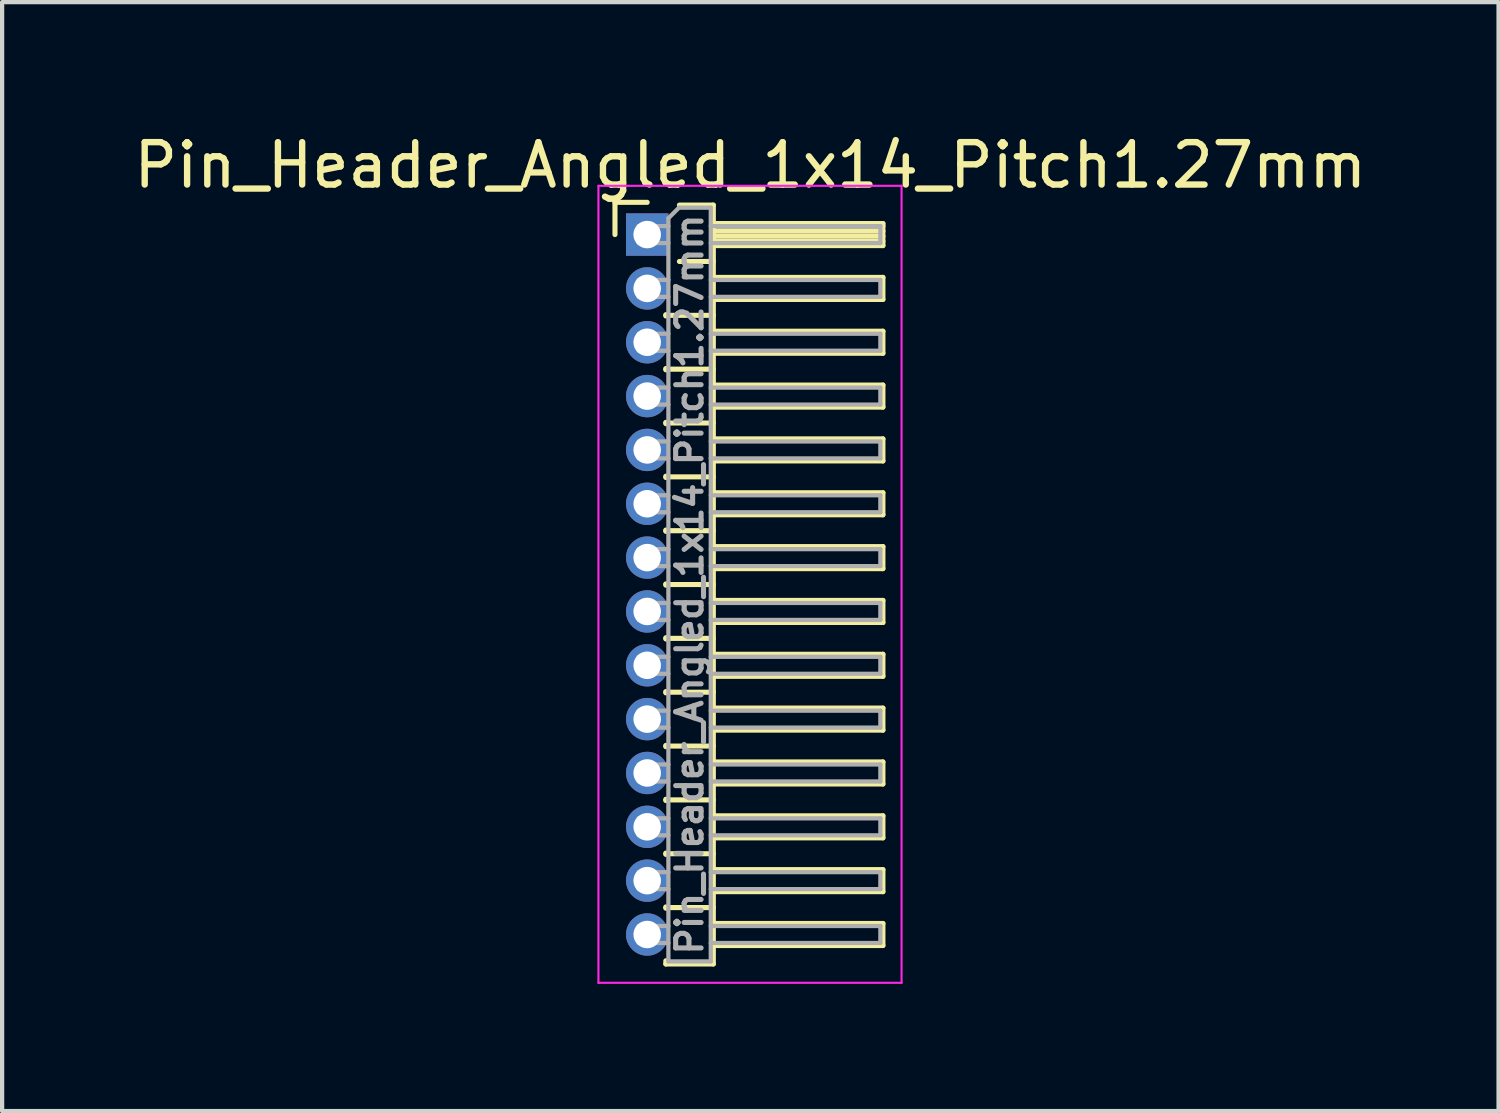
<source format=kicad_pcb>
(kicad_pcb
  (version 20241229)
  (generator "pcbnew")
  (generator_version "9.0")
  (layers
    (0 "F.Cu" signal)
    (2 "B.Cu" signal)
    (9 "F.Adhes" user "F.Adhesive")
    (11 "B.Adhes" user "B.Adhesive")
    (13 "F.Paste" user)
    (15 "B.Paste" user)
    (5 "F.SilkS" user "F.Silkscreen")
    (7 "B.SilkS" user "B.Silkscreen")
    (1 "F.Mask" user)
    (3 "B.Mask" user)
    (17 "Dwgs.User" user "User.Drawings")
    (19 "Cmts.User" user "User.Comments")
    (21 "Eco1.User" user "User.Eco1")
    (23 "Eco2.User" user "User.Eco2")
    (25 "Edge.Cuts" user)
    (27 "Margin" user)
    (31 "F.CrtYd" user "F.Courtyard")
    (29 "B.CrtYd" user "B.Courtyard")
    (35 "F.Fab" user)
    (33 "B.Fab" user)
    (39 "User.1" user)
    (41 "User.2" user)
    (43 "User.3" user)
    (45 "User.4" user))
  (footprint "Pin_Header_Angled_1x14_Pitch1.27mm"
    (layer "F.Cu")
    (at 12.216 2.483)
    (property "Reference" "Pin_Header_Angled_1x14_Pitch1.27mm" (at 2.433 -1.635 0) (layer "F.SilkS") (effects (font (size 1 1) (thickness 0.15))))
    (attr through_hole)
    (fp_line (start -0.76 -0.76) (end 0 -0.76) (stroke (width 0.12) (type solid)) (layer "F.SilkS"))
    (fp_line (start -0.76 0) (end -0.76 -0.76) (stroke (width 0.12) (type solid)) (layer "F.SilkS"))
    (fp_line (start 0.44 1.89) (end 0.44 1.92) (stroke (width 0.12) (type solid)) (layer "F.SilkS"))
    (fp_line (start 0.44 1.905) (end 1.56 1.905) (stroke (width 0.12) (type solid)) (layer "F.SilkS"))
    (fp_line (start 0.44 3.16) (end 0.44 3.19) (stroke (width 0.12) (type solid)) (layer "F.SilkS"))
    (fp_line (start 0.44 3.175) (end 1.56 3.175) (stroke (width 0.12) (type solid)) (layer "F.SilkS"))
    (fp_line (start 0.44 4.43) (end 0.44 4.46) (stroke (width 0.12) (type solid)) (layer "F.SilkS"))
    (fp_line (start 0.44 4.445) (end 1.56 4.445) (stroke (width 0.12) (type solid)) (layer "F.SilkS"))
    (fp_line (start 0.44 5.7) (end 0.44 5.73) (stroke (width 0.12) (type solid)) (layer "F.SilkS"))
    (fp_line (start 0.44 5.715) (end 1.56 5.715) (stroke (width 0.12) (type solid)) (layer "F.SilkS"))
    (fp_line (start 0.44 6.97) (end 0.44 7) (stroke (width 0.12) (type solid)) (layer "F.SilkS"))
    (fp_line (start 0.44 6.985) (end 1.56 6.985) (stroke (width 0.12) (type solid)) (layer "F.SilkS"))
    (fp_line (start 0.44 8.24) (end 0.44 8.27) (stroke (width 0.12) (type solid)) (layer "F.SilkS"))
    (fp_line (start 0.44 8.255) (end 1.56 8.255) (stroke (width 0.12) (type solid)) (layer "F.SilkS"))
    (fp_line (start 0.44 9.51) (end 0.44 9.54) (stroke (width 0.12) (type solid)) (layer "F.SilkS"))
    (fp_line (start 0.44 9.525) (end 1.56 9.525) (stroke (width 0.12) (type solid)) (layer "F.SilkS"))
    (fp_line (start 0.44 10.78) (end 0.44 10.81) (stroke (width 0.12) (type solid)) (layer "F.SilkS"))
    (fp_line (start 0.44 10.795) (end 1.56 10.795) (stroke (width 0.12) (type solid)) (layer "F.SilkS"))
    (fp_line (start 0.44 12.05) (end 0.44 12.08) (stroke (width 0.12) (type solid)) (layer "F.SilkS"))
    (fp_line (start 0.44 12.065) (end 1.56 12.065) (stroke (width 0.12) (type solid)) (layer "F.SilkS"))
    (fp_line (start 0.44 13.32) (end 0.44 13.35) (stroke (width 0.12) (type solid)) (layer "F.SilkS"))
    (fp_line (start 0.44 13.335) (end 1.56 13.335) (stroke (width 0.12) (type solid)) (layer "F.SilkS"))
    (fp_line (start 0.44 14.59) (end 0.44 14.62) (stroke (width 0.12) (type solid)) (layer "F.SilkS"))
    (fp_line (start 0.44 14.605) (end 1.56 14.605) (stroke (width 0.12) (type solid)) (layer "F.SilkS"))
    (fp_line (start 0.44 15.86) (end 0.44 15.89) (stroke (width 0.12) (type solid)) (layer "F.SilkS"))
    (fp_line (start 0.44 15.875) (end 1.56 15.875) (stroke (width 0.12) (type solid)) (layer "F.SilkS"))
    (fp_line (start 0.44 17.205) (end 0.44 17.13) (stroke (width 0.12) (type solid)) (layer "F.SilkS"))
    (fp_line (start 0.76 -0.695) (end 1.56 -0.695) (stroke (width 0.12) (type solid)) (layer "F.SilkS"))
    (fp_line (start 0.76 0.635) (end 1.56 0.635) (stroke (width 0.12) (type solid)) (layer "F.SilkS"))
    (fp_line (start 1.56 -0.695) (end 1.56 17.205) (stroke (width 0.12) (type solid)) (layer "F.SilkS"))
    (fp_line (start 1.56 -0.26) (end 5.56 -0.26) (stroke (width 0.12) (type solid)) (layer "F.SilkS"))
    (fp_line (start 1.56 -0.2) (end 5.56 -0.2) (stroke (width 0.12) (type solid)) (layer "F.SilkS"))
    (fp_line (start 1.56 -0.08) (end 5.56 -0.08) (stroke (width 0.12) (type solid)) (layer "F.SilkS"))
    (fp_line (start 1.56 0.04) (end 5.56 0.04) (stroke (width 0.12) (type solid)) (layer "F.SilkS"))
    (fp_line (start 1.56 0.16) (end 5.56 0.16) (stroke (width 0.12) (type solid)) (layer "F.SilkS"))
    (fp_line (start 1.56 1.01) (end 5.56 1.01) (stroke (width 0.12) (type solid)) (layer "F.SilkS"))
    (fp_line (start 1.56 2.28) (end 5.56 2.28) (stroke (width 0.12) (type solid)) (layer "F.SilkS"))
    (fp_line (start 1.56 3.55) (end 5.56 3.55) (stroke (width 0.12) (type solid)) (layer "F.SilkS"))
    (fp_line (start 1.56 4.82) (end 5.56 4.82) (stroke (width 0.12) (type solid)) (layer "F.SilkS"))
    (fp_line (start 1.56 6.09) (end 5.56 6.09) (stroke (width 0.12) (type solid)) (layer "F.SilkS"))
    (fp_line (start 1.56 7.36) (end 5.56 7.36) (stroke (width 0.12) (type solid)) (layer "F.SilkS"))
    (fp_line (start 1.56 8.63) (end 5.56 8.63) (stroke (width 0.12) (type solid)) (layer "F.SilkS"))
    (fp_line (start 1.56 9.9) (end 5.56 9.9) (stroke (width 0.12) (type solid)) (layer "F.SilkS"))
    (fp_line (start 1.56 11.17) (end 5.56 11.17) (stroke (width 0.12) (type solid)) (layer "F.SilkS"))
    (fp_line (start 1.56 12.44) (end 5.56 12.44) (stroke (width 0.12) (type solid)) (layer "F.SilkS"))
    (fp_line (start 1.56 13.71) (end 5.56 13.71) (stroke (width 0.12) (type solid)) (layer "F.SilkS"))
    (fp_line (start 1.56 14.98) (end 5.56 14.98) (stroke (width 0.12) (type solid)) (layer "F.SilkS"))
    (fp_line (start 1.56 16.25) (end 5.56 16.25) (stroke (width 0.12) (type solid)) (layer "F.SilkS"))
    (fp_line (start 1.56 17.205) (end 0.44 17.205) (stroke (width 0.12) (type solid)) (layer "F.SilkS"))
    (fp_line (start 5.56 -0.26) (end 5.56 0.26) (stroke (width 0.12) (type solid)) (layer "F.SilkS"))
    (fp_line (start 5.56 0.26) (end 1.56 0.26) (stroke (width 0.12) (type solid)) (layer "F.SilkS"))
    (fp_line (start 5.56 1.01) (end 5.56 1.53) (stroke (width 0.12) (type solid)) (layer "F.SilkS"))
    (fp_line (start 5.56 1.53) (end 1.56 1.53) (stroke (width 0.12) (type solid)) (layer "F.SilkS"))
    (fp_line (start 5.56 2.28) (end 5.56 2.8) (stroke (width 0.12) (type solid)) (layer "F.SilkS"))
    (fp_line (start 5.56 2.8) (end 1.56 2.8) (stroke (width 0.12) (type solid)) (layer "F.SilkS"))
    (fp_line (start 5.56 3.55) (end 5.56 4.07) (stroke (width 0.12) (type solid)) (layer "F.SilkS"))
    (fp_line (start 5.56 4.07) (end 1.56 4.07) (stroke (width 0.12) (type solid)) (layer "F.SilkS"))
    (fp_line (start 5.56 4.82) (end 5.56 5.34) (stroke (width 0.12) (type solid)) (layer "F.SilkS"))
    (fp_line (start 5.56 5.34) (end 1.56 5.34) (stroke (width 0.12) (type solid)) (layer "F.SilkS"))
    (fp_line (start 5.56 6.09) (end 5.56 6.61) (stroke (width 0.12) (type solid)) (layer "F.SilkS"))
    (fp_line (start 5.56 6.61) (end 1.56 6.61) (stroke (width 0.12) (type solid)) (layer "F.SilkS"))
    (fp_line (start 5.56 7.36) (end 5.56 7.88) (stroke (width 0.12) (type solid)) (layer "F.SilkS"))
    (fp_line (start 5.56 7.88) (end 1.56 7.88) (stroke (width 0.12) (type solid)) (layer "F.SilkS"))
    (fp_line (start 5.56 8.63) (end 5.56 9.15) (stroke (width 0.12) (type solid)) (layer "F.SilkS"))
    (fp_line (start 5.56 9.15) (end 1.56 9.15) (stroke (width 0.12) (type solid)) (layer "F.SilkS"))
    (fp_line (start 5.56 9.9) (end 5.56 10.42) (stroke (width 0.12) (type solid)) (layer "F.SilkS"))
    (fp_line (start 5.56 10.42) (end 1.56 10.42) (stroke (width 0.12) (type solid)) (layer "F.SilkS"))
    (fp_line (start 5.56 11.17) (end 5.56 11.69) (stroke (width 0.12) (type solid)) (layer "F.SilkS"))
    (fp_line (start 5.56 11.69) (end 1.56 11.69) (stroke (width 0.12) (type solid)) (layer "F.SilkS"))
    (fp_line (start 5.56 12.44) (end 5.56 12.96) (stroke (width 0.12) (type solid)) (layer "F.SilkS"))
    (fp_line (start 5.56 12.96) (end 1.56 12.96) (stroke (width 0.12) (type solid)) (layer "F.SilkS"))
    (fp_line (start 5.56 13.71) (end 5.56 14.23) (stroke (width 0.12) (type solid)) (layer "F.SilkS"))
    (fp_line (start 5.56 14.23) (end 1.56 14.23) (stroke (width 0.12) (type solid)) (layer "F.SilkS"))
    (fp_line (start 5.56 14.98) (end 5.56 15.5) (stroke (width 0.12) (type solid)) (layer "F.SilkS"))
    (fp_line (start 5.56 15.5) (end 1.56 15.5) (stroke (width 0.12) (type solid)) (layer "F.SilkS"))
    (fp_line (start 5.56 16.25) (end 5.56 16.77) (stroke (width 0.12) (type solid)) (layer "F.SilkS"))
    (fp_line (start 5.56 16.77) (end 1.56 16.77) (stroke (width 0.12) (type solid)) (layer "F.SilkS"))
    (fp_line (start -1.15 -1.15) (end -1.15 17.65) (stroke (width 0.05) (type solid)) (layer "F.CrtYd"))
    (fp_line (start -1.15 17.65) (end 6 17.65) (stroke (width 0.05) (type solid)) (layer "F.CrtYd"))
    (fp_line (start 6 -1.15) (end -1.15 -1.15) (stroke (width 0.05) (type solid)) (layer "F.CrtYd"))
    (fp_line (start 6 17.65) (end 6 -1.15) (stroke (width 0.05) (type solid)) (layer "F.CrtYd"))
    (fp_line (start -0.2 -0.2) (end -0.2 0.2) (stroke (width 0.1) (type solid)) (layer "F.Fab"))
    (fp_line (start -0.2 -0.2) (end 0.5 -0.2) (stroke (width 0.1) (type solid)) (layer "F.Fab"))
    (fp_line (start -0.2 0.2) (end 0.5 0.2) (stroke (width 0.1) (type solid)) (layer "F.Fab"))
    (fp_line (start -0.2 1.07) (end -0.2 1.47) (stroke (width 0.1) (type solid)) (layer "F.Fab"))
    (fp_line (start -0.2 1.07) (end 0.5 1.07) (stroke (width 0.1) (type solid)) (layer "F.Fab"))
    (fp_line (start -0.2 1.47) (end 0.5 1.47) (stroke (width 0.1) (type solid)) (layer "F.Fab"))
    (fp_line (start -0.2 2.34) (end -0.2 2.74) (stroke (width 0.1) (type solid)) (layer "F.Fab"))
    (fp_line (start -0.2 2.34) (end 0.5 2.34) (stroke (width 0.1) (type solid)) (layer "F.Fab"))
    (fp_line (start -0.2 2.74) (end 0.5 2.74) (stroke (width 0.1) (type solid)) (layer "F.Fab"))
    (fp_line (start -0.2 3.61) (end -0.2 4.01) (stroke (width 0.1) (type solid)) (layer "F.Fab"))
    (fp_line (start -0.2 3.61) (end 0.5 3.61) (stroke (width 0.1) (type solid)) (layer "F.Fab"))
    (fp_line (start -0.2 4.01) (end 0.5 4.01) (stroke (width 0.1) (type solid)) (layer "F.Fab"))
    (fp_line (start -0.2 4.88) (end -0.2 5.28) (stroke (width 0.1) (type solid)) (layer "F.Fab"))
    (fp_line (start -0.2 4.88) (end 0.5 4.88) (stroke (width 0.1) (type solid)) (layer "F.Fab"))
    (fp_line (start -0.2 5.28) (end 0.5 5.28) (stroke (width 0.1) (type solid)) (layer "F.Fab"))
    (fp_line (start -0.2 6.15) (end -0.2 6.55) (stroke (width 0.1) (type solid)) (layer "F.Fab"))
    (fp_line (start -0.2 6.15) (end 0.5 6.15) (stroke (width 0.1) (type solid)) (layer "F.Fab"))
    (fp_line (start -0.2 6.55) (end 0.5 6.55) (stroke (width 0.1) (type solid)) (layer "F.Fab"))
    (fp_line (start -0.2 7.42) (end -0.2 7.82) (stroke (width 0.1) (type solid)) (layer "F.Fab"))
    (fp_line (start -0.2 7.42) (end 0.5 7.42) (stroke (width 0.1) (type solid)) (layer "F.Fab"))
    (fp_line (start -0.2 7.82) (end 0.5 7.82) (stroke (width 0.1) (type solid)) (layer "F.Fab"))
    (fp_line (start -0.2 8.69) (end -0.2 9.09) (stroke (width 0.1) (type solid)) (layer "F.Fab"))
    (fp_line (start -0.2 8.69) (end 0.5 8.69) (stroke (width 0.1) (type solid)) (layer "F.Fab"))
    (fp_line (start -0.2 9.09) (end 0.5 9.09) (stroke (width 0.1) (type solid)) (layer "F.Fab"))
    (fp_line (start -0.2 9.96) (end -0.2 10.36) (stroke (width 0.1) (type solid)) (layer "F.Fab"))
    (fp_line (start -0.2 9.96) (end 0.5 9.96) (stroke (width 0.1) (type solid)) (layer "F.Fab"))
    (fp_line (start -0.2 10.36) (end 0.5 10.36) (stroke (width 0.1) (type solid)) (layer "F.Fab"))
    (fp_line (start -0.2 11.23) (end -0.2 11.63) (stroke (width 0.1) (type solid)) (layer "F.Fab"))
    (fp_line (start -0.2 11.23) (end 0.5 11.23) (stroke (width 0.1) (type solid)) (layer "F.Fab"))
    (fp_line (start -0.2 11.63) (end 0.5 11.63) (stroke (width 0.1) (type solid)) (layer "F.Fab"))
    (fp_line (start -0.2 12.5) (end -0.2 12.9) (stroke (width 0.1) (type solid)) (layer "F.Fab"))
    (fp_line (start -0.2 12.5) (end 0.5 12.5) (stroke (width 0.1) (type solid)) (layer "F.Fab"))
    (fp_line (start -0.2 12.9) (end 0.5 12.9) (stroke (width 0.1) (type solid)) (layer "F.Fab"))
    (fp_line (start -0.2 13.77) (end -0.2 14.17) (stroke (width 0.1) (type solid)) (layer "F.Fab"))
    (fp_line (start -0.2 13.77) (end 0.5 13.77) (stroke (width 0.1) (type solid)) (layer "F.Fab"))
    (fp_line (start -0.2 14.17) (end 0.5 14.17) (stroke (width 0.1) (type solid)) (layer "F.Fab"))
    (fp_line (start -0.2 15.04) (end -0.2 15.44) (stroke (width 0.1) (type solid)) (layer "F.Fab"))
    (fp_line (start -0.2 15.04) (end 0.5 15.04) (stroke (width 0.1) (type solid)) (layer "F.Fab"))
    (fp_line (start -0.2 15.44) (end 0.5 15.44) (stroke (width 0.1) (type solid)) (layer "F.Fab"))
    (fp_line (start -0.2 16.31) (end -0.2 16.71) (stroke (width 0.1) (type solid)) (layer "F.Fab"))
    (fp_line (start -0.2 16.31) (end 0.5 16.31) (stroke (width 0.1) (type solid)) (layer "F.Fab"))
    (fp_line (start -0.2 16.71) (end 0.5 16.71) (stroke (width 0.1) (type solid)) (layer "F.Fab"))
    (fp_line (start 0.5 -0.385) (end 0.75 -0.635) (stroke (width 0.1) (type solid)) (layer "F.Fab"))
    (fp_line (start 0.5 17.145) (end 0.5 -0.385) (stroke (width 0.1) (type solid)) (layer "F.Fab"))
    (fp_line (start 0.75 -0.635) (end 1.5 -0.635) (stroke (width 0.1) (type solid)) (layer "F.Fab"))
    (fp_line (start 1.5 -0.635) (end 1.5 17.145) (stroke (width 0.1) (type solid)) (layer "F.Fab"))
    (fp_line (start 1.5 -0.2) (end 5.5 -0.2) (stroke (width 0.1) (type solid)) (layer "F.Fab"))
    (fp_line (start 1.5 0.2) (end 5.5 0.2) (stroke (width 0.1) (type solid)) (layer "F.Fab"))
    (fp_line (start 1.5 1.07) (end 5.5 1.07) (stroke (width 0.1) (type solid)) (layer "F.Fab"))
    (fp_line (start 1.5 1.47) (end 5.5 1.47) (stroke (width 0.1) (type solid)) (layer "F.Fab"))
    (fp_line (start 1.5 2.34) (end 5.5 2.34) (stroke (width 0.1) (type solid)) (layer "F.Fab"))
    (fp_line (start 1.5 2.74) (end 5.5 2.74) (stroke (width 0.1) (type solid)) (layer "F.Fab"))
    (fp_line (start 1.5 3.61) (end 5.5 3.61) (stroke (width 0.1) (type solid)) (layer "F.Fab"))
    (fp_line (start 1.5 4.01) (end 5.5 4.01) (stroke (width 0.1) (type solid)) (layer "F.Fab"))
    (fp_line (start 1.5 4.88) (end 5.5 4.88) (stroke (width 0.1) (type solid)) (layer "F.Fab"))
    (fp_line (start 1.5 5.28) (end 5.5 5.28) (stroke (width 0.1) (type solid)) (layer "F.Fab"))
    (fp_line (start 1.5 6.15) (end 5.5 6.15) (stroke (width 0.1) (type solid)) (layer "F.Fab"))
    (fp_line (start 1.5 6.55) (end 5.5 6.55) (stroke (width 0.1) (type solid)) (layer "F.Fab"))
    (fp_line (start 1.5 7.42) (end 5.5 7.42) (stroke (width 0.1) (type solid)) (layer "F.Fab"))
    (fp_line (start 1.5 7.82) (end 5.5 7.82) (stroke (width 0.1) (type solid)) (layer "F.Fab"))
    (fp_line (start 1.5 8.69) (end 5.5 8.69) (stroke (width 0.1) (type solid)) (layer "F.Fab"))
    (fp_line (start 1.5 9.09) (end 5.5 9.09) (stroke (width 0.1) (type solid)) (layer "F.Fab"))
    (fp_line (start 1.5 9.96) (end 5.5 9.96) (stroke (width 0.1) (type solid)) (layer "F.Fab"))
    (fp_line (start 1.5 10.36) (end 5.5 10.36) (stroke (width 0.1) (type solid)) (layer "F.Fab"))
    (fp_line (start 1.5 11.23) (end 5.5 11.23) (stroke (width 0.1) (type solid)) (layer "F.Fab"))
    (fp_line (start 1.5 11.63) (end 5.5 11.63) (stroke (width 0.1) (type solid)) (layer "F.Fab"))
    (fp_line (start 1.5 12.5) (end 5.5 12.5) (stroke (width 0.1) (type solid)) (layer "F.Fab"))
    (fp_line (start 1.5 12.9) (end 5.5 12.9) (stroke (width 0.1) (type solid)) (layer "F.Fab"))
    (fp_line (start 1.5 13.77) (end 5.5 13.77) (stroke (width 0.1) (type solid)) (layer "F.Fab"))
    (fp_line (start 1.5 14.17) (end 5.5 14.17) (stroke (width 0.1) (type solid)) (layer "F.Fab"))
    (fp_line (start 1.5 15.04) (end 5.5 15.04) (stroke (width 0.1) (type solid)) (layer "F.Fab"))
    (fp_line (start 1.5 15.44) (end 5.5 15.44) (stroke (width 0.1) (type solid)) (layer "F.Fab"))
    (fp_line (start 1.5 16.31) (end 5.5 16.31) (stroke (width 0.1) (type solid)) (layer "F.Fab"))
    (fp_line (start 1.5 16.71) (end 5.5 16.71) (stroke (width 0.1) (type solid)) (layer "F.Fab"))
    (fp_line (start 1.5 17.145) (end 0.5 17.145) (stroke (width 0.1) (type solid)) (layer "F.Fab"))
    (fp_line (start 5.5 -0.2) (end 5.5 0.2) (stroke (width 0.1) (type solid)) (layer "F.Fab"))
    (fp_line (start 5.5 1.07) (end 5.5 1.47) (stroke (width 0.1) (type solid)) (layer "F.Fab"))
    (fp_line (start 5.5 2.34) (end 5.5 2.74) (stroke (width 0.1) (type solid)) (layer "F.Fab"))
    (fp_line (start 5.5 3.61) (end 5.5 4.01) (stroke (width 0.1) (type solid)) (layer "F.Fab"))
    (fp_line (start 5.5 4.88) (end 5.5 5.28) (stroke (width 0.1) (type solid)) (layer "F.Fab"))
    (fp_line (start 5.5 6.15) (end 5.5 6.55) (stroke (width 0.1) (type solid)) (layer "F.Fab"))
    (fp_line (start 5.5 7.42) (end 5.5 7.82) (stroke (width 0.1) (type solid)) (layer "F.Fab"))
    (fp_line (start 5.5 8.69) (end 5.5 9.09) (stroke (width 0.1) (type solid)) (layer "F.Fab"))
    (fp_line (start 5.5 9.96) (end 5.5 10.36) (stroke (width 0.1) (type solid)) (layer "F.Fab"))
    (fp_line (start 5.5 11.23) (end 5.5 11.63) (stroke (width 0.1) (type solid)) (layer "F.Fab"))
    (fp_line (start 5.5 12.5) (end 5.5 12.9) (stroke (width 0.1) (type solid)) (layer "F.Fab"))
    (fp_line (start 5.5 13.77) (end 5.5 14.17) (stroke (width 0.1) (type solid)) (layer "F.Fab"))
    (fp_line (start 5.5 15.04) (end 5.5 15.44) (stroke (width 0.1) (type solid)) (layer "F.Fab"))
    (fp_line (start 5.5 16.31) (end 5.5 16.71) (stroke (width 0.1) (type solid)) (layer "F.Fab"))
    (fp_text user "${REFERENCE}" (at 1 8.255 90) (layer "F.Fab") (effects (font (size 0.6 0.6) (thickness 0.12))))
    (pad "1" thru_hole rect (at 0 0) (size 1 1) (drill 0.65) (layers "*.Cu" "*.Mask"))
    (pad "2" thru_hole oval (at 0 1.27) (size 1 1) (drill 0.65) (layers "*.Cu" "*.Mask"))
    (pad "3" thru_hole oval (at 0 2.54) (size 1 1) (drill 0.65) (layers "*.Cu" "*.Mask"))
    (pad "4" thru_hole oval (at 0 3.81) (size 1 1) (drill 0.65) (layers "*.Cu" "*.Mask"))
    (pad "5" thru_hole oval (at 0 5.08) (size 1 1) (drill 0.65) (layers "*.Cu" "*.Mask"))
    (pad "6" thru_hole oval (at 0 6.35) (size 1 1) (drill 0.65) (layers "*.Cu" "*.Mask"))
    (pad "7" thru_hole oval (at 0 7.62) (size 1 1) (drill 0.65) (layers "*.Cu" "*.Mask"))
    (pad "8" thru_hole oval (at 0 8.89) (size 1 1) (drill 0.65) (layers "*.Cu" "*.Mask"))
    (pad "9" thru_hole oval (at 0 10.16) (size 1 1) (drill 0.65) (layers "*.Cu" "*.Mask"))
    (pad "10" thru_hole oval (at 0 11.43) (size 1 1) (drill 0.65) (layers "*.Cu" "*.Mask"))
    (pad "11" thru_hole oval (at 0 12.7) (size 1 1) (drill 0.65) (layers "*.Cu" "*.Mask"))
    (pad "12" thru_hole oval (at 0 13.97) (size 1 1) (drill 0.65) (layers "*.Cu" "*.Mask"))
    (pad "13" thru_hole oval (at 0 15.24) (size 1 1) (drill 0.65) (layers "*.Cu" "*.Mask"))
    (pad "14" thru_hole oval (at 0 16.51) (size 1 1) (drill 0.65) (layers "*.Cu" "*.Mask")))
  (gr_rect
    (start -3 -3)
    (end 32.298 23.158)
    (stroke (width 0.1) (type default))
    (fill no)
    (layer "Edge.Cuts")))
</source>
